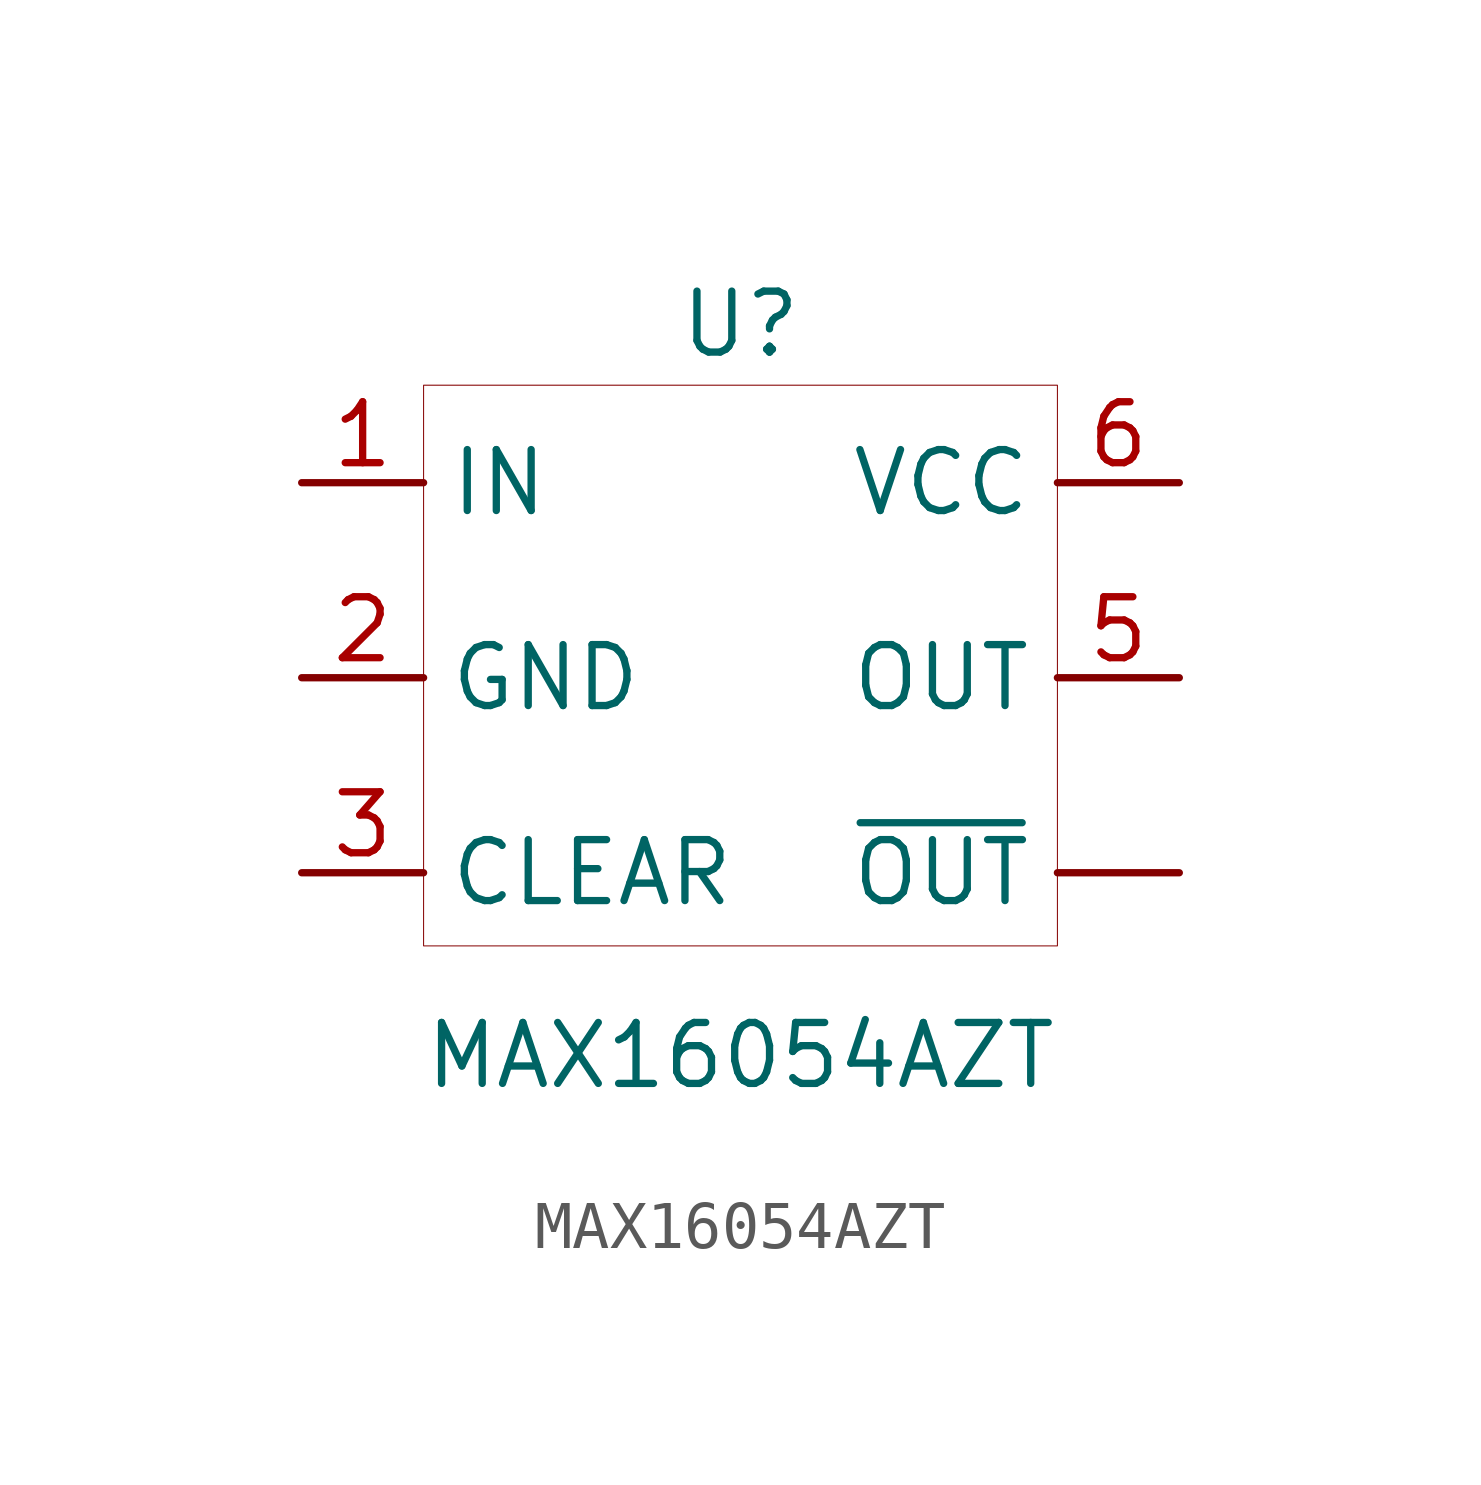
<source format=kicad_sym>
(kicad_symbol_lib
  (version 20201005)
  (generator kicad_symbol_editor)
  (symbol "dodo-device:MAX16054AZT"
    (property "Reference" "U"
      (at 0 7.366 0)
      (effects (font (size 1.27 1.27))))
    (property "Value" "MAX16054AZT"
      (at 0 -7.874 0)
      (effects (font (size 1.27 1.27))))
    (symbol "MAX16054AZT_0_1"
      (rectangle (start -6.604 6.096) (end 6.604 -5.588) (stroke (width 0.001)) (fill (type none))))
    (symbol "MAX16054AZT_1_1"
      (pin input line (at -9.144 4.064 0) (length 2.54) (name "IN" (effects (font (size 1.27 1.27)))) (number "1" (effects (font (size 1.27 1.27)))))
      (pin power_out line (at -9.144 0 0) (length 2.54) (name "GND" (effects (font (size 1.27 1.27)))) (number "2" (effects (font (size 1.27 1.27)))))
      (pin input line (at -9.144 -4.064 0) (length 2.54) (name "CLEAR" (effects (font (size 1.27 1.27)))) (number "3" (effects (font (size 1.27 1.27)))))
      (pin power_in line (at 9.144 4.064 180) (length 2.54) (name "VCC" (effects (font (size 1.27 1.27)))) (number "6" (effects (font (size 1.27 1.27)))))
      (pin output line (at 9.144 0 180) (length 2.54) (name "OUT" (effects (font (size 1.27 1.27)))) (number "5" (effects (font (size 1.27 1.27)))))
      (pin output line (at 9.144 -4.064 180) (length 2.54) (name "~OUT" (effects (font (size 1.27 1.27)))) (number "" (effects (font (size 1.27 1.27))))))))
</source>
